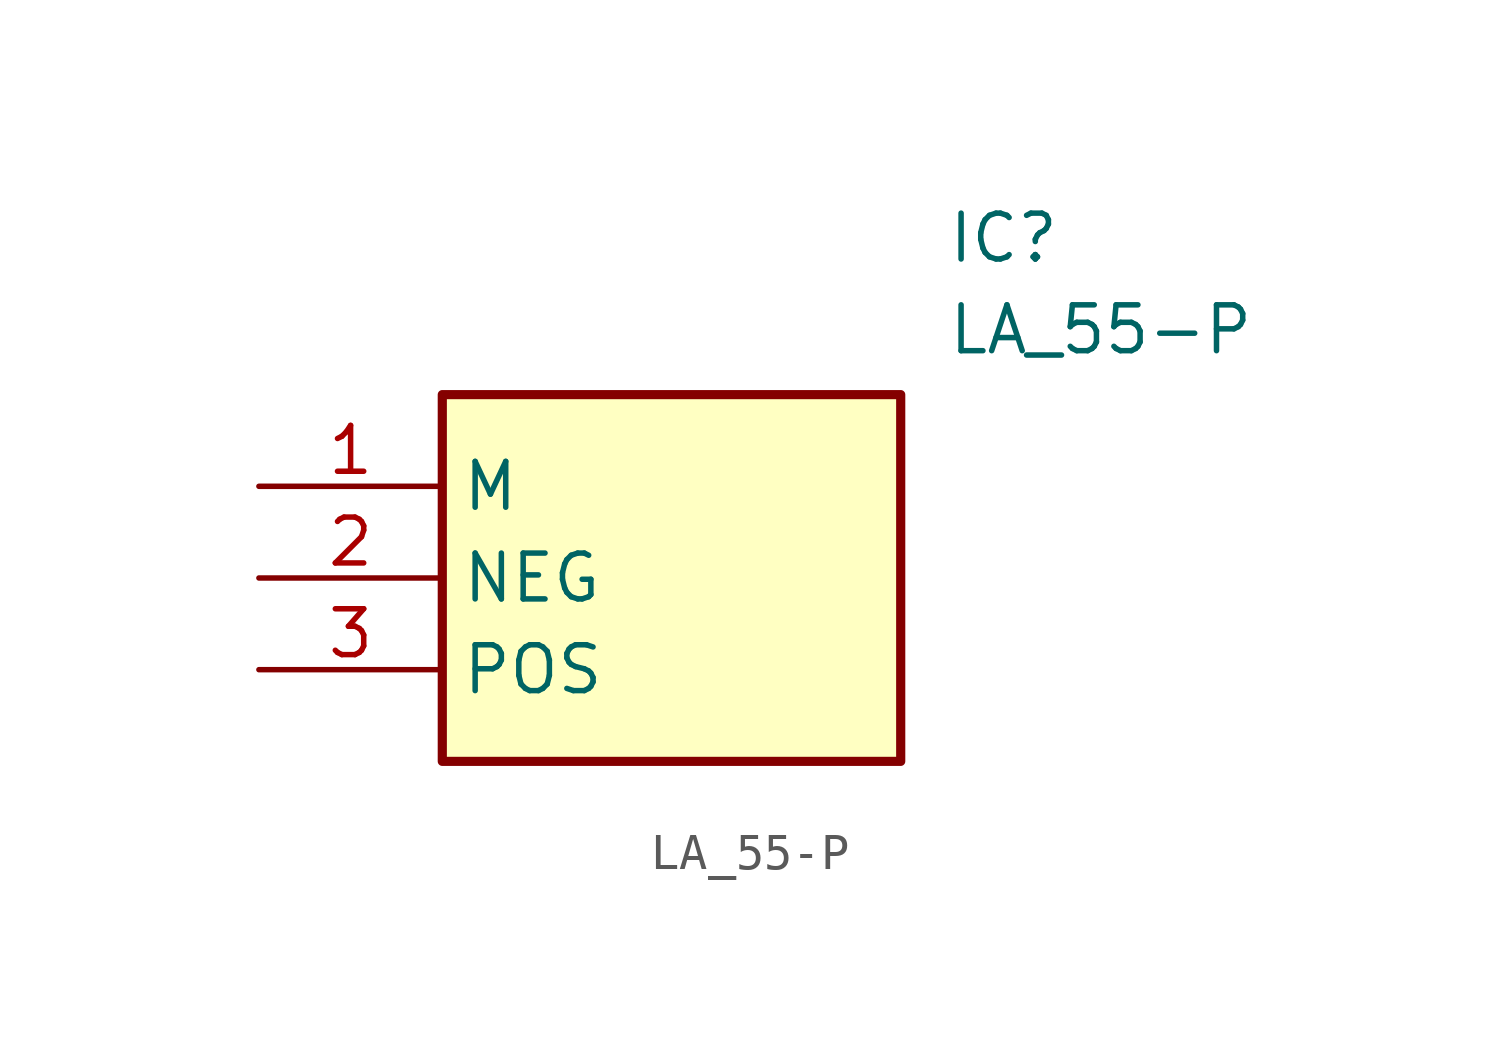
<source format=kicad_sym>
(kicad_symbol_lib
  (version 20211014)
  (generator SamacSys_ECAD_Model)
  (symbol "LA_55-P"
    (property "Reference" "IC"
      (at 19.05 7.62 0)
      (effects (font (size 1.27 1.27)) (justify left top)))
    (property "Value" "LA_55-P"
      (at 19.05 5.08 0)
      (effects (font (size 1.27 1.27)) (justify left top)))
    (rectangle
      (start 5.08 2.54)
      (end 17.78 -7.62)
      (stroke (width 0.254) (type default))
      (fill (type background)))
    (pin passive line
      (at 0 0 0)
      (length 5.08)
      (name "M" (effects (font (size 1.27 1.27))))
      (number "1" (effects (font (size 1.27 1.27)))))
    (pin passive line
      (at 0 -2.54 0)
      (length 5.08)
      (name "NEG" (effects (font (size 1.27 1.27))))
      (number "2" (effects (font (size 1.27 1.27)))))
    (pin passive line
      (at 0 -5.08 0)
      (length 5.08)
      (name "POS" (effects (font (size 1.27 1.27))))
      (number "3" (effects (font (size 1.27 1.27)))))))
</source>
